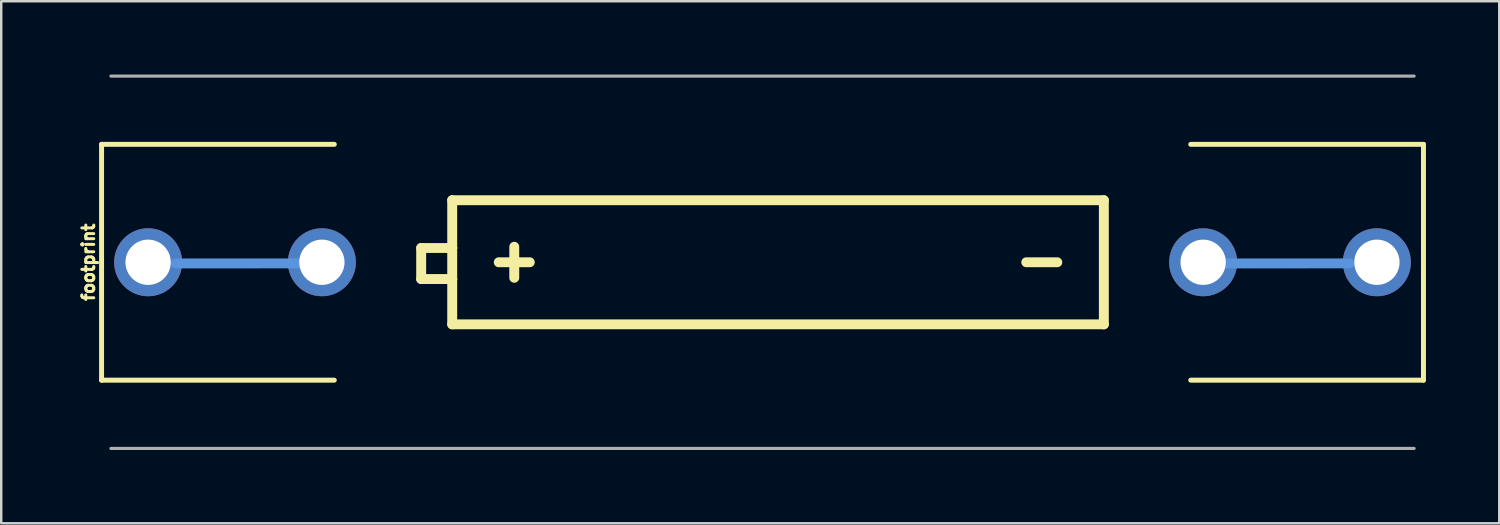
<source format=kicad_pcb>
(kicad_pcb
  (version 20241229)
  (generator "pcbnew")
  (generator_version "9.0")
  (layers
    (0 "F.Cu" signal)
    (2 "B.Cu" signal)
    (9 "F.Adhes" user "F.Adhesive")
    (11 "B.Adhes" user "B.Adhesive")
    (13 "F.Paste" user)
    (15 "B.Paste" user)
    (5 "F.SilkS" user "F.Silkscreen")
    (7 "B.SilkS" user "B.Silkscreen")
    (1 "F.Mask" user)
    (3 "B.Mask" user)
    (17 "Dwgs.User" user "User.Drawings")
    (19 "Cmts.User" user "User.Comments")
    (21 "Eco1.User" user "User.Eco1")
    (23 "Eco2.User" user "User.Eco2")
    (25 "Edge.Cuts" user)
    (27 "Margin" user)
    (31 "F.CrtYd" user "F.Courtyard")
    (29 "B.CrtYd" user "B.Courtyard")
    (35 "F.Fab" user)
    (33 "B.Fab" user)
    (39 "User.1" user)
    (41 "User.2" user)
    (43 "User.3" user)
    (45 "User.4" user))
  (footprint "footprint"
    (layer "F.Cu")
    (at 28.158 7.684)
    (property "Reference" "footprint" (at -27.305 0 90) (layer "F.SilkS") (effects (font (size 0.488 0.488) (thickness 0.122)) (justify bottom)))
    (fp_poly (pts (xy -24.963 -0.907) (xy -24.763 -0.84) (xy -24.583 -0.731) (xy -24.432 -0.584) (xy -24.318 -0.407) (xy -24.245 -0.21) (xy -24.219 -0.008) (xy -24.282 -0.000001) (xy -24.219 0.006) (xy -24.238 0.203) (xy -24.303 0.397) (xy -24.41 0.572) (xy -24.552 0.719) (xy -24.727 0.833) (xy -25.115 0.928) (xy -25.322 0.914) (xy -25.519 0.855) (xy -25.697 0.754) (xy -25.849 0.615) (xy -25.967 0.444) (xy -26.074 0.057) (xy -26.059 -0.157) (xy -25.998 -0.358) (xy -25.894 -0.542) (xy -25.751 -0.697) (xy -25.575 -0.819) (xy -25.18 -0.927) (xy -25.168 -0.927)) (stroke (width 0) (type solid)) (fill yes) (layer "F.Mask"))
    (fp_poly (pts (xy -17.851 -0.907) (xy -17.651 -0.84) (xy -17.471 -0.731) (xy -17.32 -0.584) (xy -17.206 -0.407) (xy -17.133 -0.21) (xy -17.107 -0.008) (xy -17.17 -0.000001) (xy -17.107 0.006) (xy -17.126 0.203) (xy -17.191 0.397) (xy -17.298 0.572) (xy -17.44 0.719) (xy -17.615 0.833) (xy -18.003 0.928) (xy -18.21 0.914) (xy -18.407 0.855) (xy -18.585 0.754) (xy -18.737 0.615) (xy -18.855 0.444) (xy -18.962 0.057) (xy -18.947 -0.157) (xy -18.886 -0.358) (xy -18.782 -0.542) (xy -18.639 -0.697) (xy -18.463 -0.819) (xy -18.068 -0.927) (xy -18.056 -0.927)) (stroke (width 0) (type solid)) (fill yes) (layer "F.Mask"))
    (fp_poly (pts (xy 18.217 -0.907) (xy 18.417 -0.84) (xy 18.597 -0.731) (xy 18.748 -0.584) (xy 18.862 -0.407) (xy 18.935 -0.21) (xy 18.961 -0.008) (xy 18.898 -0.000001) (xy 18.961 0.006) (xy 18.942 0.203) (xy 18.877 0.397) (xy 18.77 0.572) (xy 18.628 0.719) (xy 18.453 0.833) (xy 18.067 0.927) (xy 18.057 0.927) (xy 17.858 0.914) (xy 17.661 0.855) (xy 17.483 0.754) (xy 17.331 0.615) (xy 17.213 0.444) (xy 17.106 0.057) (xy 17.121 -0.157) (xy 17.182 -0.358) (xy 17.286 -0.542) (xy 17.429 -0.697) (xy 17.605 -0.819) (xy 18.003 -0.928)) (stroke (width 0) (type solid)) (fill yes) (layer "F.Mask"))
    (fp_poly (pts (xy 25.329 -0.907) (xy 25.529 -0.84) (xy 25.709 -0.731) (xy 25.86 -0.584) (xy 25.974 -0.407) (xy 26.047 -0.21) (xy 26.073 -0.008) (xy 26.01 -0.000001) (xy 26.073 0.006) (xy 26.054 0.203) (xy 25.989 0.397) (xy 25.882 0.572) (xy 25.74 0.719) (xy 25.565 0.833) (xy 25.179 0.927) (xy 25.169 0.927) (xy 24.97 0.914) (xy 24.773 0.855) (xy 24.595 0.754) (xy 24.443 0.615) (xy 24.325 0.444) (xy 24.218 0.057) (xy 24.233 -0.157) (xy 24.294 -0.358) (xy 24.398 -0.542) (xy 24.541 -0.697) (xy 24.717 -0.819) (xy 25.115 -0.928)) (stroke (width 0) (type solid)) (fill yes) (layer "F.Mask"))
    (fp_poly (pts (xy -24.898 -1.381) (xy -24.66 -1.31) (xy -24.438 -1.199) (xy -24.239 -1.051) (xy -24.069 -0.871) (xy -23.932 -0.664) (xy -23.834 -0.436) (xy -23.776 -0.195) (xy -23.761 0.055) (xy -23.848 0.517) (xy -23.952 0.736) (xy -24.091 0.93) (xy -24.262 1.098) (xy -24.459 1.233) (xy -24.677 1.332) (xy -24.908 1.391) (xy -25.146 1.41) (xy -25.381 1.394) (xy -25.611 1.337) (xy -25.828 1.241) (xy -26.025 1.109) (xy -26.195 0.945) (xy -26.335 0.753) (xy -26.439 0.541) (xy -26.505 0.313) (xy -26.53 0.083) (xy -26.467 0.076) (xy -26.53 0.073) (xy -26.518 -0.171) (xy -26.462 -0.416) (xy -26.365 -0.646) (xy -26.229 -0.856) (xy -26.059 -1.04) (xy -25.859 -1.191) (xy -25.636 -1.305) (xy -25.397 -1.379) (xy -25.146 -1.41)) (stroke (width 0) (type solid)) (fill yes) (layer "B.Mask"))
    (fp_poly (pts (xy -17.786 -1.381) (xy -17.548 -1.31) (xy -17.326 -1.199) (xy -17.127 -1.051) (xy -16.957 -0.871) (xy -16.82 -0.664) (xy -16.722 -0.436) (xy -16.664 -0.195) (xy -16.649 0.055) (xy -16.736 0.517) (xy -16.84 0.736) (xy -16.979 0.93) (xy -17.15 1.098) (xy -17.347 1.233) (xy -17.565 1.332) (xy -17.796 1.391) (xy -18.034 1.41) (xy -18.269 1.394) (xy -18.499 1.337) (xy -18.716 1.241) (xy -18.913 1.109) (xy -19.083 0.945) (xy -19.223 0.753) (xy -19.327 0.541) (xy -19.393 0.313) (xy -19.418 0.083) (xy -19.355 0.076) (xy -19.418 0.073) (xy -19.406 -0.171) (xy -19.35 -0.416) (xy -19.253 -0.646) (xy -19.117 -0.856) (xy -18.947 -1.04) (xy -18.747 -1.191) (xy -18.524 -1.305) (xy -18.285 -1.379) (xy -18.034 -1.41)) (stroke (width 0) (type solid)) (fill yes) (layer "B.Mask"))
    (fp_poly (pts (xy 18.282 -1.381) (xy 18.52 -1.31) (xy 18.742 -1.199) (xy 18.941 -1.051) (xy 19.111 -0.871) (xy 19.248 -0.664) (xy 19.346 -0.436) (xy 19.404 -0.195) (xy 19.419 0.055) (xy 19.332 0.517) (xy 19.228 0.736) (xy 19.089 0.93) (xy 18.918 1.098) (xy 18.721 1.233) (xy 18.503 1.332) (xy 18.272 1.391) (xy 18.034 1.41) (xy 17.799 1.394) (xy 17.569 1.337) (xy 17.352 1.241) (xy 17.155 1.109) (xy 16.985 0.945) (xy 16.845 0.753) (xy 16.741 0.541) (xy 16.675 0.313) (xy 16.65 0.083) (xy 16.713 0.076) (xy 16.65 0.073) (xy 16.662 -0.171) (xy 16.718 -0.416) (xy 16.815 -0.646) (xy 16.951 -0.856) (xy 17.121 -1.04) (xy 17.321 -1.191) (xy 17.544 -1.305) (xy 17.783 -1.379) (xy 18.034 -1.41)) (stroke (width 0) (type solid)) (fill yes) (layer "B.Mask"))
    (fp_poly (pts (xy 25.394 -1.381) (xy 25.632 -1.31) (xy 25.854 -1.199) (xy 26.053 -1.051) (xy 26.223 -0.871) (xy 26.36 -0.664) (xy 26.458 -0.436) (xy 26.516 -0.195) (xy 26.531 0.055) (xy 26.444 0.517) (xy 26.34 0.736) (xy 26.201 0.93) (xy 26.03 1.098) (xy 25.833 1.233) (xy 25.615 1.332) (xy 25.384 1.391) (xy 25.146 1.41) (xy 24.911 1.394) (xy 24.681 1.337) (xy 24.464 1.241) (xy 24.267 1.109) (xy 24.097 0.945) (xy 23.957 0.753) (xy 23.853 0.541) (xy 23.787 0.313) (xy 23.762 0.083) (xy 23.825 0.076) (xy 23.762 0.073) (xy 23.774 -0.171) (xy 23.83 -0.416) (xy 23.927 -0.646) (xy 24.063 -0.856) (xy 24.233 -1.04) (xy 24.433 -1.191) (xy 24.656 -1.305) (xy 24.895 -1.379) (xy 25.146 -1.41)) (stroke (width 0) (type solid)) (fill yes) (layer "B.Mask"))
    (fp_line (start -27.051 -4.826) (end -17.526 -4.826) (stroke (width 0.203) (type solid)) (layer "F.SilkS"))
    (fp_line (start -27.051 4.826) (end -27.051 -4.826) (stroke (width 0.203) (type solid)) (layer "F.SilkS"))
    (fp_line (start -17.526 4.826) (end -27.051 4.826) (stroke (width 0.203) (type solid)) (layer "F.SilkS"))
    (fp_line (start -13.97 -0.584) (end -13.97 0.686) (stroke (width 0.406) (type solid)) (layer "F.SilkS"))
    (fp_line (start -13.97 0.686) (end -12.7 0.686) (stroke (width 0.406) (type solid)) (layer "F.SilkS"))
    (fp_line (start -12.7 -2.54) (end -12.7 -0.584) (stroke (width 0.406) (type solid)) (layer "F.SilkS"))
    (fp_line (start -12.7 -0.584) (end -13.97 -0.584) (stroke (width 0.406) (type solid)) (layer "F.SilkS"))
    (fp_line (start -12.7 -0.584) (end -12.7 0.686) (stroke (width 0.406) (type solid)) (layer "F.SilkS"))
    (fp_line (start -12.7 0.686) (end -12.7 2.54) (stroke (width 0.406) (type solid)) (layer "F.SilkS"))
    (fp_line (start -12.7 2.54) (end 13.97 2.54) (stroke (width 0.406) (type solid)) (layer "F.SilkS"))
    (fp_line (start -10.16 -0.635) (end -10.16 0.635) (stroke (width 0.406) (type solid)) (layer "F.SilkS"))
    (fp_line (start -9.525 0) (end -10.795 0) (stroke (width 0.406) (type solid)) (layer "F.SilkS"))
    (fp_line (start 12.065 0) (end 10.795 0) (stroke (width 0.406) (type solid)) (layer "F.SilkS"))
    (fp_line (start 13.97 -2.54) (end -12.7 -2.54) (stroke (width 0.406) (type solid)) (layer "F.SilkS"))
    (fp_line (start 13.97 2.54) (end 13.97 -2.54) (stroke (width 0.406) (type solid)) (layer "F.SilkS"))
    (fp_line (start 17.526 4.826) (end 27.051 4.826) (stroke (width 0.203) (type solid)) (layer "F.SilkS"))
    (fp_line (start 27.051 -4.826) (end 17.526 -4.826) (stroke (width 0.203) (type solid)) (layer "F.SilkS"))
    (fp_line (start 27.051 4.826) (end 27.051 -4.826) (stroke (width 0.203) (type solid)) (layer "F.SilkS"))
    (fp_line (start -24.016 0.048) (end -18.913 0.046) (stroke (width 0.406) (type solid)) (layer "Cmts.User"))
    (fp_line (start 18.91 0.048) (end 24.013 0.046) (stroke (width 0.406) (type solid)) (layer "Cmts.User"))
    (fp_line (start -26.67 -7.62) (end 26.67 -7.62) (stroke (width 0.127) (type solid)) (layer "F.Fab"))
    (fp_line (start 26.67 7.62) (end -26.67 7.62) (stroke (width 0.127) (type solid)) (layer "F.Fab"))
    (pad "GND@1" thru_hole circle (at 25.146 0) (size 2.781 2.781) (drill 1.854) (layers "*.Cu"))
    (pad "GND@2" thru_hole circle (at 18.034 0) (size 2.781 2.781) (drill 1.854) (layers "*.Cu"))
    (pad "PWR@1" thru_hole circle (at -25.146 0) (size 2.781 2.781) (drill 1.854) (layers "*.Cu"))
    (pad "PWR@2" thru_hole circle (at -18.034 0 90) (size 2.781 2.781) (drill 1.854) (layers "*.Cu")))
  (gr_rect
    (start -3 -3)
    (end 58.311 18.367)
    (stroke (width 0.1) (type default))
    (fill no)
    (layer "Edge.Cuts")))
</source>
